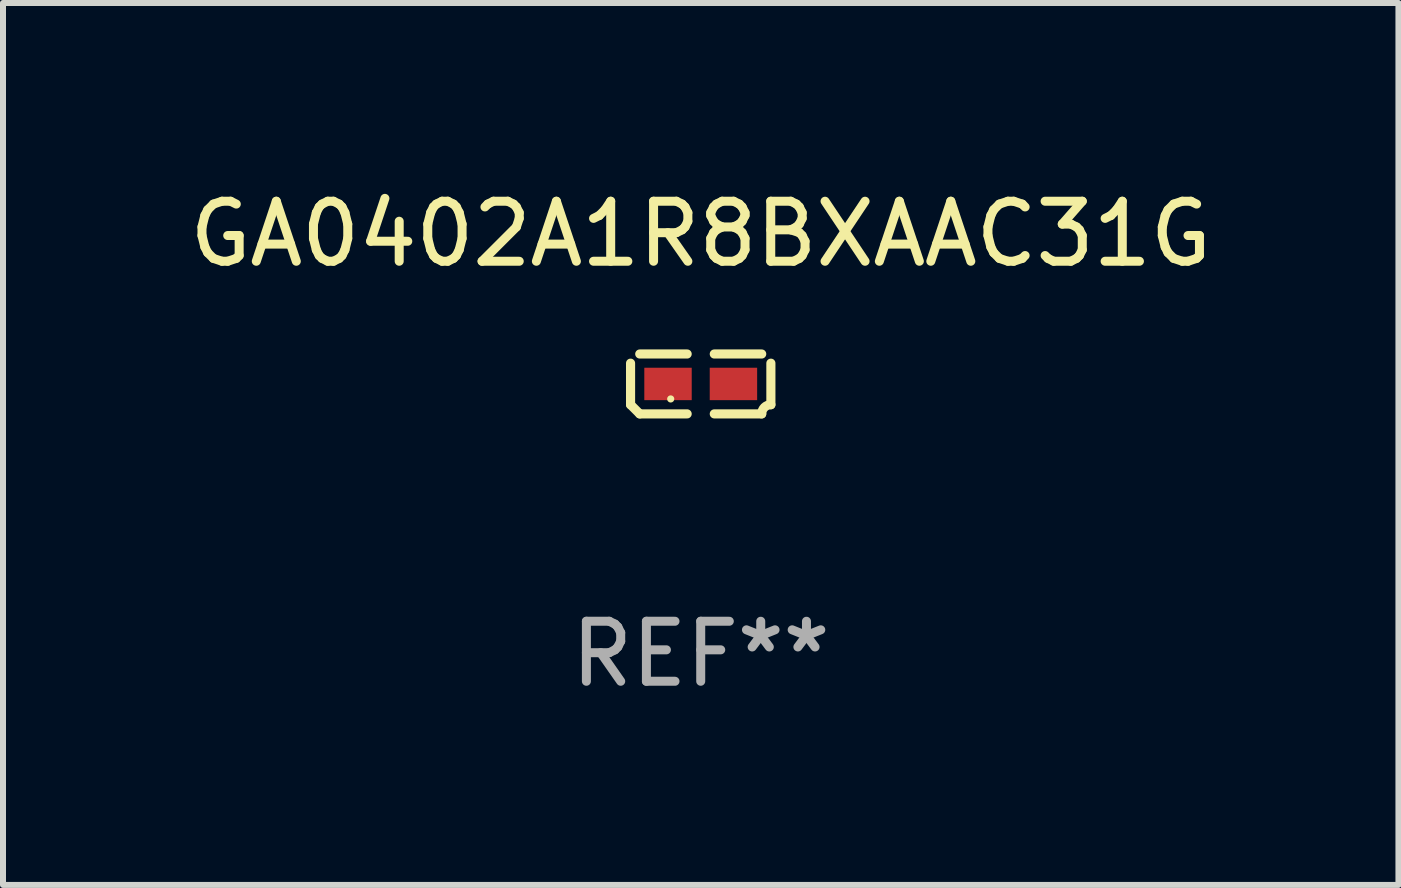
<source format=kicad_pcb>
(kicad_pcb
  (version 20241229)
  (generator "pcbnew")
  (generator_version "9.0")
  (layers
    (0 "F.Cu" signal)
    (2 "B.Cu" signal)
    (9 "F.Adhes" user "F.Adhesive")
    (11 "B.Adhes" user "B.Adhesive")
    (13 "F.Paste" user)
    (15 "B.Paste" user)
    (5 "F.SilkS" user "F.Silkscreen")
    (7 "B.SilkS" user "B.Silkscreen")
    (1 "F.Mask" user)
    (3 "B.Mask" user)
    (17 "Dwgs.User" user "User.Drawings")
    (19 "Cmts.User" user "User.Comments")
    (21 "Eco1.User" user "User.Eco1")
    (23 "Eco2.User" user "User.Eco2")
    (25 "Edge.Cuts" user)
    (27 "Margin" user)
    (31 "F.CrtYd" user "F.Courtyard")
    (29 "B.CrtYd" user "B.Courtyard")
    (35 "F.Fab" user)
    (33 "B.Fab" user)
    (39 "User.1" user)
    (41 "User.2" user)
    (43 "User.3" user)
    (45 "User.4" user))
  (footprint "GA0402A1R8BXAAC31G"
    (layer "F.Cu")
    (at 8.625 3.347)
    (property "Reference" "GA0402A1R8BXAAC31G" (at 0 -2.499 0) (layer "F.SilkS") (effects (font (size 1 1) (thickness 0.15))))
    (attr through_hole)
    (fp_line (start -1.169 0.346) (end -1.169 -0.346) (stroke (width 0.152) (type solid)) (layer "F.SilkS"))
    (fp_line (start -1.016 -0.499) (end -0.226 -0.499) (stroke (width 0.152) (type solid)) (layer "F.SilkS"))
    (fp_line (start -0.226 0.499) (end -1.016 0.499) (stroke (width 0.152) (type solid)) (layer "F.SilkS"))
    (fp_line (start 0.226 0.499) (end 1.016 0.499) (stroke (width 0.152) (type solid)) (layer "F.SilkS"))
    (fp_line (start 1.016 -0.499) (end 0.226 -0.499) (stroke (width 0.152) (type solid)) (layer "F.SilkS"))
    (fp_line (start 1.169 0.346) (end 1.169 -0.346) (stroke (width 0.152) (type solid)) (layer "F.SilkS"))
    (fp_arc (start -1.016307 0.498603) (mid -1.092512 0.422405) (end -1.16871 0.3462) (stroke (width 0.1524) (type solid)) (layer "F.SilkS"))
    (fp_arc (start 1.016307 0.498603) (mid 1.060899 0.390758) (end 1.168707 0.346076) (stroke (width 0.1524) (type solid)) (layer "F.SilkS"))
    (fp_circle (center -0.5 0.25) (end -0.47 0.25) (stroke (width 0.06) (type solid)) (fill no) (layer "F.SilkS"))
    (fp_text user "REF**" (at 0 4.499 0) (layer "F.Fab") (effects (font (size 1 1) (thickness 0.15))))
    (pad "1" smd rect (at -0.545 0) (size 0.79 0.54) (layers "F.Cu" "F.Mask" "F.Paste"))
    (pad "2" smd rect (at 0.545 0) (size 0.79 0.54) (layers "F.Cu" "F.Mask" "F.Paste")))
  (gr_rect
    (start -3 -3)
    (end 20.25 11.694)
    (stroke (width 0.1) (type default))
    (fill no)
    (layer "Edge.Cuts")))
</source>
